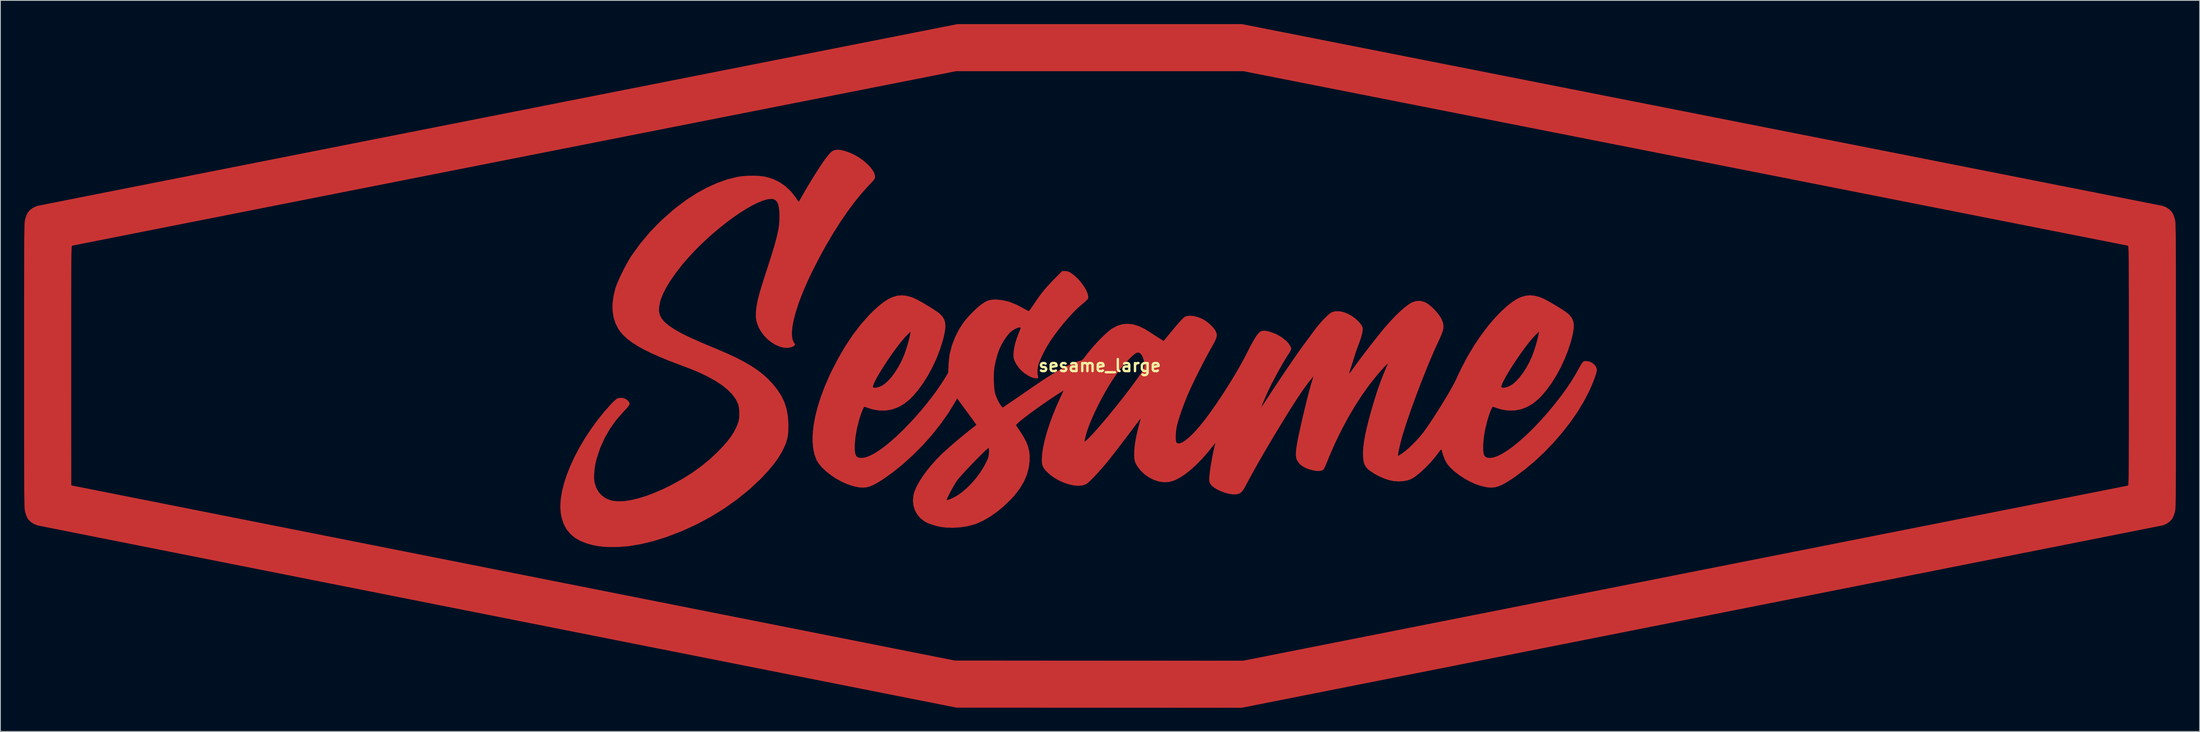
<source format=kicad_pcb>
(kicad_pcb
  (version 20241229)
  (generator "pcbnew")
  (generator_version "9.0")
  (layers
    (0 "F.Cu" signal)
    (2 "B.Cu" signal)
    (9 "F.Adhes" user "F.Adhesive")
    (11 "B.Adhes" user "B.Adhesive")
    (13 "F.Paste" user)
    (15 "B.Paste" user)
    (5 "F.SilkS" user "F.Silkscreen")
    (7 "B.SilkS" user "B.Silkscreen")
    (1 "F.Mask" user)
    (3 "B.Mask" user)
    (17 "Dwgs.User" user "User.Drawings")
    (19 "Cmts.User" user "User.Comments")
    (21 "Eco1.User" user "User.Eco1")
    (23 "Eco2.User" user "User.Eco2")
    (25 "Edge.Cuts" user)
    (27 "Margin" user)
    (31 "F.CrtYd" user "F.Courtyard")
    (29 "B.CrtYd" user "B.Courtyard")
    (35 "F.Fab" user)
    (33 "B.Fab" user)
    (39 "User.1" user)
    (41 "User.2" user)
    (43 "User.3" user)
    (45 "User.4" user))
  (footprint "sesame_large"
    (layer "F.Cu")
    (at 136.147 43.258)
    (property "Reference" "sesame_large" (at 0 0 0) (layer "F.SilkS") (effects (font (size 1.524 1.524) (thickness 0.3))))
    (attr through_hole)
    (fp_poly (pts (xy -32.789 -27.312) (xy -32.252 -27.182) (xy -31.619 -26.955) (xy -31.526 -26.917) (xy -30.964 -26.648) (xy -30.42 -26.322) (xy -29.912 -25.956) (xy -29.454 -25.563) (xy -29.064 -25.161) (xy -28.756 -24.763) (xy -28.546 -24.385) (xy -28.452 -24.043) (xy -28.448 -23.968) (xy -28.452 -23.841) (xy -28.476 -23.73) (xy -28.532 -23.614) (xy -28.638 -23.471) (xy -28.807 -23.279) (xy -29.054 -23.017) (xy -29.229 -22.836) (xy -30.108 -21.866) (xy -31.004 -20.766) (xy -31.911 -19.547) (xy -32.819 -18.222) (xy -33.721 -16.802) (xy -34.61 -15.3) (xy -35.476 -13.727) (xy -36.312 -12.096) (xy -36.4 -11.919) (xy -36.956 -10.745) (xy -37.448 -9.622) (xy -37.874 -8.557) (xy -38.233 -7.557) (xy -38.522 -6.629) (xy -38.741 -5.779) (xy -38.888 -5.013) (xy -38.96 -4.338) (xy -38.957 -3.762) (xy -38.877 -3.29) (xy -38.718 -2.929) (xy -38.632 -2.817) (xy -38.565 -2.685) (xy -38.623 -2.561) (xy -38.813 -2.438) (xy -39.014 -2.352) (xy -39.469 -2.253) (xy -39.969 -2.274) (xy -40.495 -2.405) (xy -41.029 -2.635) (xy -41.553 -2.954) (xy -42.049 -3.351) (xy -42.498 -3.816) (xy -42.883 -4.338) (xy -43.101 -4.724) (xy -43.323 -5.226) (xy -43.461 -5.691) (xy -43.525 -6.166) (xy -43.52 -6.699) (xy -43.485 -7.093) (xy -43.44 -7.448) (xy -43.385 -7.801) (xy -43.313 -8.168) (xy -43.221 -8.567) (xy -43.105 -9.013) (xy -42.96 -9.523) (xy -42.781 -10.115) (xy -42.565 -10.804) (xy -42.306 -11.607) (xy -42.2 -11.933) (xy -41.866 -12.967) (xy -41.577 -13.877) (xy -41.331 -14.677) (xy -41.125 -15.379) (xy -40.956 -15.998) (xy -40.821 -16.545) (xy -40.715 -17.034) (xy -40.637 -17.478) (xy -40.584 -17.891) (xy -40.551 -18.284) (xy -40.536 -18.672) (xy -40.534 -18.869) (xy -40.553 -19.539) (xy -40.615 -20.079) (xy -40.724 -20.496) (xy -40.883 -20.8) (xy -41.096 -20.998) (xy -41.369 -21.1) (xy -41.585 -21.118) (xy -42.066 -21.064) (xy -42.63 -20.905) (xy -43.265 -20.65) (xy -43.963 -20.307) (xy -44.712 -19.883) (xy -45.502 -19.385) (xy -46.323 -18.822) (xy -47.165 -18.201) (xy -48.017 -17.529) (xy -48.87 -16.815) (xy -49.712 -16.066) (xy -50.533 -15.29) (xy -51.324 -14.494) (xy -52.074 -13.687) (xy -52.772 -12.875) (xy -52.955 -12.65) (xy -53.718 -11.66) (xy -54.358 -10.741) (xy -54.878 -9.887) (xy -55.279 -9.097) (xy -55.564 -8.366) (xy -55.662 -8.026) (xy -55.775 -7.426) (xy -55.786 -6.898) (xy -55.686 -6.424) (xy -55.469 -5.987) (xy -55.127 -5.571) (xy -54.654 -5.158) (xy -54.326 -4.921) (xy -53.966 -4.683) (xy -53.582 -4.448) (xy -53.162 -4.21) (xy -52.694 -3.964) (xy -52.164 -3.704) (xy -51.559 -3.422) (xy -50.867 -3.113) (xy -50.074 -2.77) (xy -49.167 -2.388) (xy -48.405 -2.071) (xy -47.154 -1.534) (xy -46.034 -1.012) (xy -45.035 -0.495) (xy -44.144 0.024) (xy -43.349 0.553) (xy -42.638 1.101) (xy -42.001 1.674) (xy -41.424 2.281) (xy -40.897 2.93) (xy -40.799 3.061) (xy -40.297 3.838) (xy -39.913 4.643) (xy -39.641 5.496) (xy -39.475 6.416) (xy -39.409 7.425) (xy -39.408 7.648) (xy -39.424 8.294) (xy -39.478 8.843) (xy -39.576 9.336) (xy -39.727 9.819) (xy -39.843 10.115) (xy -40.208 10.88) (xy -40.674 11.657) (xy -41.248 12.456) (xy -41.939 13.288) (xy -42.753 14.164) (xy -42.996 14.41) (xy -44.391 15.71) (xy -45.902 16.936) (xy -47.515 18.079) (xy -49.215 19.131) (xy -50.988 20.082) (xy -52.821 20.925) (xy -54.7 21.651) (xy -54.973 21.746) (xy -56.554 22.234) (xy -58.064 22.6) (xy -59.509 22.844) (xy -60.896 22.967) (xy -62.229 22.971) (xy -62.858 22.929) (xy -63.505 22.854) (xy -64.097 22.742) (xy -64.714 22.579) (xy -64.915 22.517) (xy -65.73 22.2) (xy -66.43 21.796) (xy -67.015 21.302) (xy -67.488 20.718) (xy -67.851 20.039) (xy -68.104 19.266) (xy -68.22 18.651) (xy -68.272 17.814) (xy -68.215 16.898) (xy -68.054 15.916) (xy -67.793 14.877) (xy -67.438 13.794) (xy -66.993 12.676) (xy -66.464 11.535) (xy -65.855 10.381) (xy -65.173 9.226) (xy -64.421 8.081) (xy -63.605 6.957) (xy -62.729 5.864) (xy -61.919 4.943) (xy -61.659 4.673) (xy -61.411 4.436) (xy -61.202 4.258) (xy -61.059 4.164) (xy -61.056 4.163) (xy -60.666 4.074) (xy -60.271 4.117) (xy -59.907 4.285) (xy -59.69 4.47) (xy -59.573 4.616) (xy -59.515 4.753) (xy -59.527 4.901) (xy -59.614 5.079) (xy -59.787 5.304) (xy -60.053 5.597) (xy -60.289 5.842) (xy -61.184 6.86) (xy -61.98 7.974) (xy -62.665 9.166) (xy -63.229 10.418) (xy -63.663 11.711) (xy -63.732 11.968) (xy -63.862 12.57) (xy -63.952 13.19) (xy -63.998 13.79) (xy -63.997 14.333) (xy -63.948 14.781) (xy -63.942 14.809) (xy -63.742 15.452) (xy -63.43 16.006) (xy -63.015 16.463) (xy -62.505 16.817) (xy -61.908 17.057) (xy -61.616 17.126) (xy -60.959 17.192) (xy -60.206 17.163) (xy -59.367 17.04) (xy -58.452 16.828) (xy -57.471 16.528) (xy -56.435 16.144) (xy -55.355 15.677) (xy -54.32 15.173) (xy -52.907 14.402) (xy -51.617 13.597) (xy -50.427 12.743) (xy -49.316 11.825) (xy -48.395 10.961) (xy -47.707 10.249) (xy -47.133 9.59) (xy -46.661 8.967) (xy -46.278 8.361) (xy -45.973 7.756) (xy -45.749 7.185) (xy -45.66 6.796) (xy -45.616 6.323) (xy -45.618 5.818) (xy -45.663 5.332) (xy -45.753 4.919) (xy -45.778 4.844) (xy -46.071 4.241) (xy -46.506 3.645) (xy -47.08 3.06) (xy -47.79 2.487) (xy -48.634 1.93) (xy -49.608 1.391) (xy -49.752 1.318) (xy -50.168 1.113) (xy -50.56 0.929) (xy -50.952 0.754) (xy -51.371 0.578) (xy -51.842 0.39) (xy -52.391 0.178) (xy -53.044 -0.066) (xy -53.267 -0.149) (xy -54.576 -0.649) (xy -55.749 -1.131) (xy -56.791 -1.597) (xy -57.711 -2.053) (xy -58.513 -2.502) (xy -59.205 -2.948) (xy -59.794 -3.394) (xy -60.286 -3.845) (xy -60.688 -4.304) (xy -60.896 -4.598) (xy -61.27 -5.302) (xy -61.522 -6.08) (xy -61.655 -6.92) (xy -61.666 -7.813) (xy -61.554 -8.75) (xy -61.321 -9.72) (xy -61.247 -9.954) (xy -61.084 -10.394) (xy -60.858 -10.923) (xy -60.586 -11.509) (xy -60.284 -12.119) (xy -59.968 -12.72) (xy -59.655 -13.282) (xy -59.36 -13.77) (xy -59.261 -13.921) (xy -58.147 -15.466) (xy -56.906 -16.938) (xy -55.539 -18.338) (xy -54.047 -19.665) (xy -53.549 -20.07) (xy -52.275 -21.018) (xy -50.987 -21.848) (xy -49.694 -22.555) (xy -48.405 -23.136) (xy -47.131 -23.584) (xy -45.911 -23.89) (xy -45.244 -23.99) (xy -44.513 -24.045) (xy -43.765 -24.054) (xy -43.045 -24.017) (xy -42.399 -23.934) (xy -42.175 -23.889) (xy -41.315 -23.619) (xy -40.505 -23.219) (xy -39.758 -22.697) (xy -39.086 -22.061) (xy -38.502 -21.321) (xy -38.412 -21.185) (xy -38.271 -20.974) (xy -38.16 -20.821) (xy -38.101 -20.757) (xy -38.1 -20.757) (xy -38.053 -20.817) (xy -37.953 -20.979) (xy -37.814 -21.22) (xy -37.658 -21.5) (xy -37.406 -21.949) (xy -37.103 -22.468) (xy -36.764 -23.033) (xy -36.404 -23.622) (xy -36.038 -24.21) (xy -35.68 -24.774) (xy -35.345 -25.289) (xy -35.047 -25.734) (xy -34.803 -26.083) (xy -34.74 -26.167) (xy -34.503 -26.473) (xy -34.27 -26.752) (xy -34.069 -26.976) (xy -33.924 -27.112) (xy -33.921 -27.115) (xy -33.615 -27.277) (xy -33.241 -27.343) (xy -32.789 -27.312)) (stroke (width 0.01) (type solid)) (fill yes) (layer "F.Cu"))
    (fp_poly (pts (xy 76.063 -31.784) (xy 78.937 -31.217) (xy 81.777 -30.656) (xy 84.58 -30.103) (xy 87.341 -29.557) (xy 90.058 -29.021) (xy 92.728 -28.493) (xy 95.347 -27.976) (xy 97.911 -27.469) (xy 100.418 -26.974) (xy 102.864 -26.491) (xy 105.245 -26.021) (xy 107.558 -25.563) (xy 109.801 -25.12) (xy 111.968 -24.692) (xy 114.058 -24.279) (xy 116.067 -23.882) (xy 117.991 -23.502) (xy 119.827 -23.139) (xy 121.571 -22.794) (xy 123.221 -22.467) (xy 124.773 -22.16) (xy 126.223 -21.873) (xy 127.569 -21.607) (xy 128.806 -21.362) (xy 129.932 -21.139) (xy 130.943 -20.939) (xy 131.836 -20.762) (xy 132.606 -20.609) (xy 133.252 -20.481) (xy 133.77 -20.378) (xy 134.156 -20.301) (xy 134.406 -20.251) (xy 134.519 -20.228) (xy 134.524 -20.227) (xy 134.954 -20.065) (xy 135.357 -19.803) (xy 135.682 -19.477) (xy 135.747 -19.387) (xy 135.863 -19.167) (xy 135.982 -18.87) (xy 136.076 -18.566) (xy 136.091 -18.507) (xy 136.104 -18.441) (xy 136.117 -18.365) (xy 136.128 -18.271) (xy 136.139 -18.156) (xy 136.149 -18.012) (xy 136.157 -17.836) (xy 136.165 -17.621) (xy 136.173 -17.362) (xy 136.179 -17.053) (xy 136.185 -16.69) (xy 136.19 -16.265) (xy 136.194 -15.775) (xy 136.198 -15.213) (xy 136.202 -14.575) (xy 136.204 -13.854) (xy 136.207 -13.045) (xy 136.209 -12.143) (xy 136.21 -11.142) (xy 136.212 -10.037) (xy 136.212 -8.822) (xy 136.213 -7.491) (xy 136.214 -6.04) (xy 136.214 -4.463) (xy 136.214 -2.755) (xy 136.214 -0.909) (xy 136.214 0) (xy 136.214 1.912) (xy 136.214 3.684) (xy 136.214 5.322) (xy 136.213 6.831) (xy 136.213 8.216) (xy 136.212 9.484) (xy 136.211 10.64) (xy 136.209 11.689) (xy 136.208 12.637) (xy 136.206 13.488) (xy 136.203 14.25) (xy 136.2 14.926) (xy 136.196 15.523) (xy 136.192 16.045) (xy 136.187 16.5) (xy 136.182 16.891) (xy 136.176 17.225) (xy 136.169 17.506) (xy 136.161 17.741) (xy 136.153 17.935) (xy 136.143 18.093) (xy 136.133 18.22) (xy 136.122 18.323) (xy 136.11 18.407) (xy 136.097 18.477) (xy 136.083 18.539) (xy 136.076 18.566) (xy 135.979 18.876) (xy 135.86 19.172) (xy 135.747 19.387) (xy 135.451 19.723) (xy 135.062 20.005) (xy 134.634 20.197) (xy 134.524 20.227) (xy 134.434 20.246) (xy 134.206 20.292) (xy 133.842 20.364) (xy 133.346 20.463) (xy 132.721 20.588) (xy 131.97 20.737) (xy 131.097 20.911) (xy 130.105 21.108) (xy 128.998 21.328) (xy 127.779 21.57) (xy 126.451 21.834) (xy 125.018 22.118) (xy 123.482 22.423) (xy 121.848 22.747) (xy 120.119 23.09) (xy 118.298 23.451) (xy 116.388 23.83) (xy 114.393 24.225) (xy 112.317 24.637) (xy 110.162 25.064) (xy 107.932 25.507) (xy 105.63 25.963) (xy 103.26 26.433) (xy 100.825 26.915) (xy 98.328 27.41) (xy 95.773 27.916) (xy 93.163 28.433) (xy 90.502 28.961) (xy 87.792 29.498) (xy 85.038 30.043) (xy 82.242 30.597) (xy 79.408 31.158) (xy 76.54 31.727) (xy 76.066 31.821) (xy 17.983 43.325) (xy -0.062 43.319) (xy -18.107 43.313) (xy -76.055 31.823) (xy -78.926 31.253) (xy -81.762 30.691) (xy -84.561 30.136) (xy -87.32 29.589) (xy -90.034 29.05) (xy -92.701 28.521) (xy -95.316 28.002) (xy -97.878 27.494) (xy -100.382 26.997) (xy -102.825 26.513) (xy -105.203 26.041) (xy -107.514 25.582) (xy -109.753 25.138) (xy -111.918 24.708) (xy -114.005 24.294) (xy -116.011 23.895) (xy -117.933 23.514) (xy -119.766 23.15) (xy -121.508 22.804) (xy -123.155 22.477) (xy -124.704 22.169) (xy -126.151 21.881) (xy -127.494 21.615) (xy -128.728 21.369) (xy -129.851 21.146) (xy -130.859 20.945) (xy -131.749 20.768) (xy -132.516 20.615) (xy -133.159 20.487) (xy -133.673 20.384) (xy -134.056 20.308) (xy -134.303 20.258) (xy -134.411 20.236) (xy -134.415 20.235) (xy -134.873 20.066) (xy -135.29 19.799) (xy -135.62 19.464) (xy -135.674 19.387) (xy -135.79 19.167) (xy -135.909 18.87) (xy -136.003 18.566) (xy -136.018 18.507) (xy -136.032 18.441) (xy -136.044 18.365) (xy -136.056 18.271) (xy -136.066 18.156) (xy -136.076 18.012) (xy -136.085 17.836) (xy -136.093 17.621) (xy -136.1 17.362) (xy -136.106 17.053) (xy -136.112 16.69) (xy -136.117 16.265) (xy -136.122 15.775) (xy -136.126 15.213) (xy -136.129 14.575) (xy -136.132 13.854) (xy -136.134 13.045) (xy -136.136 12.143) (xy -136.138 11.142) (xy -136.139 10.037) (xy -136.14 8.822) (xy -136.141 7.491) (xy -136.141 6.04) (xy -136.141 4.463) (xy -136.141 2.755) (xy -136.142 0.909) (xy -136.142 0.005) (xy -130.193 0.005) (xy -130.193 1.477) (xy -130.193 2.911) (xy -130.192 4.299) (xy -130.192 5.634) (xy -130.191 6.911) (xy -130.19 8.121) (xy -130.189 9.259) (xy -130.188 10.318) (xy -130.187 11.291) (xy -130.186 12.171) (xy -130.184 12.951) (xy -130.183 13.625) (xy -130.181 14.187) (xy -130.18 14.629) (xy -130.178 14.944) (xy -130.176 15.126) (xy -130.175 15.172) (xy -130.103 15.186) (xy -129.893 15.228) (xy -129.547 15.297) (xy -129.069 15.392) (xy -128.462 15.512) (xy -127.729 15.657) (xy -126.875 15.827) (xy -125.902 16.02) (xy -124.814 16.236) (xy -123.614 16.474) (xy -122.306 16.733) (xy -120.893 17.014) (xy -119.378 17.314) (xy -117.766 17.634) (xy -116.058 17.973) (xy -114.259 18.33) (xy -112.373 18.704) (xy -110.401 19.095) (xy -108.349 19.502) (xy -106.219 19.925) (xy -104.014 20.362) (xy -101.739 20.813) (xy -99.396 21.278) (xy -96.988 21.755) (xy -94.521 22.245) (xy -91.995 22.746) (xy -89.416 23.257) (xy -86.787 23.779) (xy -84.11 24.31) (xy -81.39 24.849) (xy -78.629 25.397) (xy -75.831 25.952) (xy -74.241 26.267) (xy -18.324 37.358) (xy -0.081 37.366) (xy 18.163 37.374) (xy 74.087 26.304) (xy 76.905 25.746) (xy 79.688 25.195) (xy 82.434 24.651) (xy 85.137 24.116) (xy 87.796 23.59) (xy 90.406 23.073) (xy 92.964 22.566) (xy 95.468 22.071) (xy 97.912 21.586) (xy 100.295 21.114) (xy 102.612 20.656) (xy 104.86 20.21) (xy 107.036 19.779) (xy 109.136 19.363) (xy 111.157 18.962) (xy 113.096 18.578) (xy 114.949 18.211) (xy 116.713 17.861) (xy 118.383 17.53) (xy 119.958 17.218) (xy 121.433 16.926) (xy 122.805 16.653) (xy 124.071 16.402) (xy 125.227 16.173) (xy 126.27 15.966) (xy 127.196 15.782) (xy 128.002 15.622) (xy 128.685 15.486) (xy 129.241 15.376) (xy 129.666 15.291) (xy 129.958 15.232) (xy 130.113 15.201) (xy 130.139 15.196) (xy 130.153 15.186) (xy 130.167 15.163) (xy 130.179 15.12) (xy 130.19 15.051) (xy 130.201 14.952) (xy 130.21 14.816) (xy 130.218 14.636) (xy 130.226 14.409) (xy 130.233 14.127) (xy 130.238 13.785) (xy 130.244 13.377) (xy 130.248 12.897) (xy 130.252 12.34) (xy 130.255 11.7) (xy 130.258 10.971) (xy 130.26 10.146) (xy 130.262 9.222) (xy 130.263 8.191) (xy 130.264 7.047) (xy 130.265 5.786) (xy 130.265 4.401) (xy 130.266 2.887) (xy 130.266 1.237) (xy 130.266 0) (xy 130.266 -1.748) (xy 130.266 -3.356) (xy 130.265 -4.831) (xy 130.265 -6.178) (xy 130.264 -7.403) (xy 130.263 -8.512) (xy 130.261 -9.511) (xy 130.259 -10.405) (xy 130.257 -11.2) (xy 130.254 -11.902) (xy 130.251 -12.516) (xy 130.247 -13.049) (xy 130.242 -13.507) (xy 130.237 -13.894) (xy 130.231 -14.218) (xy 130.224 -14.483) (xy 130.216 -14.695) (xy 130.207 -14.861) (xy 130.198 -14.985) (xy 130.187 -15.075) (xy 130.176 -15.135) (xy 130.163 -15.171) (xy 130.149 -15.189) (xy 130.139 -15.195) (xy 130.062 -15.211) (xy 129.846 -15.254) (xy 129.494 -15.324) (xy 129.01 -15.42) (xy 128.398 -15.541) (xy 127.66 -15.688) (xy 126.8 -15.858) (xy 125.822 -16.051) (xy 124.728 -16.268) (xy 123.523 -16.506) (xy 122.21 -16.766) (xy 120.791 -17.046) (xy 119.272 -17.346) (xy 117.654 -17.666) (xy 115.941 -18.004) (xy 114.138 -18.361) (xy 112.246 -18.734) (xy 110.27 -19.124) (xy 108.213 -19.531) (xy 106.079 -19.952) (xy 103.87 -20.388) (xy 101.591 -20.838) (xy 99.244 -21.302) (xy 96.833 -21.778) (xy 94.362 -22.265) (xy 91.834 -22.764) (xy 89.252 -23.274) (xy 86.62 -23.794) (xy 83.941 -24.322) (xy 81.218 -24.86) (xy 78.455 -25.405) (xy 75.656 -25.957) (xy 74.087 -26.267) (xy 18.162 -37.302) (xy -18.161 -37.302) (xy -74.05 -26.267) (xy -76.868 -25.711) (xy -79.65 -25.161) (xy -82.394 -24.619) (xy -85.097 -24.086) (xy -87.755 -23.561) (xy -90.364 -23.045) (xy -92.922 -22.54) (xy -95.424 -22.046) (xy -97.868 -21.563) (xy -100.25 -21.093) (xy -102.566 -20.635) (xy -104.813 -20.191) (xy -106.988 -19.761) (xy -109.088 -19.347) (xy -111.108 -18.947) (xy -113.046 -18.564) (xy -114.897 -18.198) (xy -116.66 -17.85) (xy -118.33 -17.52) (xy -119.903 -17.209) (xy -121.377 -16.917) (xy -122.748 -16.646) (xy -124.012 -16.396) (xy -125.167 -16.167) (xy -126.209 -15.961) (xy -127.133 -15.778) (xy -127.938 -15.618) (xy -128.619 -15.483) (xy -129.174 -15.373) (xy -129.598 -15.289) (xy -129.888 -15.231) (xy -130.042 -15.2) (xy -130.066 -15.195) (xy -130.081 -15.186) (xy -130.094 -15.162) (xy -130.107 -15.119) (xy -130.118 -15.051) (xy -130.128 -14.952) (xy -130.137 -14.815) (xy -130.146 -14.636) (xy -130.153 -14.409) (xy -130.16 -14.127) (xy -130.166 -13.785) (xy -130.171 -13.377) (xy -130.175 -12.898) (xy -130.179 -12.341) (xy -130.182 -11.701) (xy -130.185 -10.971) (xy -130.187 -10.147) (xy -130.189 -9.223) (xy -130.191 -8.192) (xy -130.192 -7.049) (xy -130.192 -5.788) (xy -130.193 -4.403) (xy -130.193 -2.889) (xy -130.193 -1.239) (xy -130.193 0.005) (xy -136.142 0.005) (xy -136.142 0) (xy -136.141 -1.912) (xy -136.141 -3.684) (xy -136.141 -5.322) (xy -136.141 -6.831) (xy -136.14 -8.216) (xy -136.139 -9.484) (xy -136.138 -10.64) (xy -136.137 -11.689) (xy -136.135 -12.637) (xy -136.133 -13.488) (xy -136.13 -14.25) (xy -136.127 -14.926) (xy -136.124 -15.523) (xy -136.119 -16.045) (xy -136.115 -16.5) (xy -136.109 -16.891) (xy -136.103 -17.225) (xy -136.096 -17.506) (xy -136.089 -17.741) (xy -136.08 -17.935) (xy -136.071 -18.093) (xy -136.061 -18.22) (xy -136.05 -18.323) (xy -136.038 -18.407) (xy -136.024 -18.477) (xy -136.01 -18.539) (xy -136.003 -18.566) (xy -135.907 -18.876) (xy -135.788 -19.172) (xy -135.674 -19.387) (xy -135.378 -19.723) (xy -134.99 -20.005) (xy -134.561 -20.197) (xy -134.451 -20.227) (xy -134.362 -20.246) (xy -134.133 -20.291) (xy -133.769 -20.364) (xy -133.273 -20.463) (xy -132.648 -20.587) (xy -131.897 -20.736) (xy -131.024 -20.909) (xy -130.032 -21.106) (xy -128.925 -21.325) (xy -127.706 -21.567) (xy -126.378 -21.83) (xy -124.944 -22.113) (xy -123.409 -22.417) (xy -121.775 -22.741) (xy -120.046 -23.083) (xy -118.224 -23.443) (xy -116.315 -23.821) (xy -114.32 -24.215) (xy -112.243 -24.626) (xy -110.088 -25.052) (xy -107.858 -25.493) (xy -105.557 -25.948) (xy -103.186 -26.417) (xy -100.751 -26.898) (xy -98.255 -27.392) (xy -95.7 -27.897) (xy -93.09 -28.413) (xy -90.429 -28.939) (xy -87.72 -29.474) (xy -84.966 -30.018) (xy -82.17 -30.571) (xy -79.337 -31.13) (xy -76.469 -31.697) (xy -76.028 -31.784) (xy -17.98 -43.253) (xy 17.978 -43.253) (xy 76.063 -31.784)) (stroke (width 0.01) (type solid)) (fill yes) (layer "F.Cu"))
    (fp_poly (pts (xy -4.387 -11.975) (xy -4.096 -11.947) (xy -3.836 -11.849) (xy -3.675 -11.755) (xy -3.233 -11.43) (xy -2.801 -11.029) (xy -2.399 -10.579) (xy -2.046 -10.105) (xy -1.76 -9.632) (xy -1.56 -9.186) (xy -1.469 -8.81) (xy -1.457 -8.683) (xy -1.464 -8.576) (xy -1.505 -8.472) (xy -1.593 -8.354) (xy -1.743 -8.204) (xy -1.969 -8.003) (xy -2.287 -7.734) (xy -2.448 -7.599) (xy -2.914 -7.177) (xy -3.433 -6.652) (xy -3.985 -6.049) (xy -4.551 -5.39) (xy -5.11 -4.698) (xy -5.642 -3.998) (xy -6.128 -3.312) (xy -6.254 -3.124) (xy -6.561 -2.635) (xy -6.866 -2.103) (xy -7.153 -1.558) (xy -7.407 -1.031) (xy -7.615 -0.55) (xy -7.761 -0.146) (xy -7.801 -0.000052) (xy -7.885 0.54) (xy -7.875 1.063) (xy -7.799 1.433) (xy -7.78 1.533) (xy -7.826 1.581) (xy -7.97 1.596) (xy -8.075 1.597) (xy -8.325 1.567) (xy -8.62 1.472) (xy -8.983 1.306) (xy -9.573 0.932) (xy -10.095 0.447) (xy -10.521 -0.123) (xy -10.679 -0.411) (xy -10.805 -0.684) (xy -10.877 -0.902) (xy -10.909 -1.13) (xy -10.913 -1.43) (xy -10.912 -1.486) (xy -10.857 -2.079) (xy -10.715 -2.756) (xy -10.491 -3.491) (xy -10.244 -4.137) (xy -10.116 -4.447) (xy -10.042 -4.648) (xy -10.015 -4.766) (xy -10.031 -4.824) (xy -10.084 -4.847) (xy -10.094 -4.849) (xy -10.272 -4.828) (xy -10.523 -4.737) (xy -10.809 -4.593) (xy -11.091 -4.418) (xy -11.314 -4.243) (xy -11.572 -3.968) (xy -11.857 -3.595) (xy -12.145 -3.16) (xy -12.412 -2.7) (xy -12.635 -2.253) (xy -12.675 -2.161) (xy -12.938 -1.443) (xy -13.159 -0.647) (xy -13.322 0.159) (xy -13.358 0.408) (xy -13.395 0.809) (xy -13.412 1.286) (xy -13.411 1.802) (xy -13.393 2.32) (xy -13.359 2.802) (xy -13.311 3.212) (xy -13.253 3.501) (xy -13.123 3.887) (xy -12.948 4.298) (xy -12.751 4.684) (xy -12.555 4.998) (xy -12.485 5.089) (xy -12.29 5.323) (xy -10.88 4.363) (xy -10.371 4.015) (xy -9.8 3.624) (xy -9.213 3.221) (xy -8.655 2.836) (xy -8.171 2.502) (xy -8.164 2.497) (xy -7.243 1.874) (xy -6.36 1.306) (xy -5.526 0.8) (xy -4.75 0.36) (xy -4.044 -0.008) (xy -3.417 -0.297) (xy -2.88 -0.503) (xy -2.453 -0.618) (xy -2.301 -0.666) (xy -2.16 -0.765) (xy -1.999 -0.942) (xy -1.843 -1.146) (xy -1.429 -1.685) (xy -0.968 -2.239) (xy -0.481 -2.788) (xy 0.015 -3.313) (xy 0.498 -3.794) (xy 0.951 -4.209) (xy 1.353 -4.54) (xy 1.591 -4.709) (xy 2.226 -5.044) (xy 2.876 -5.24) (xy 3.546 -5.298) (xy 4.24 -5.216) (xy 4.96 -4.995) (xy 5.71 -4.633) (xy 6.284 -4.278) (xy 6.618 -4.055) (xy 7.006 -3.802) (xy 7.377 -3.565) (xy 7.468 -3.508) (xy 8.086 -3.12) (xy 8.234 -3.294) (xy 8.335 -3.416) (xy 8.505 -3.623) (xy 8.721 -3.887) (xy 8.962 -4.181) (xy 8.994 -4.22) (xy 9.501 -4.834) (xy 9.933 -5.338) (xy 10.287 -5.729) (xy 10.562 -6.007) (xy 10.756 -6.167) (xy 10.775 -6.179) (xy 11.078 -6.289) (xy 11.468 -6.317) (xy 11.918 -6.268) (xy 12.4 -6.147) (xy 12.884 -5.958) (xy 13.244 -5.768) (xy 13.593 -5.528) (xy 13.944 -5.234) (xy 14.264 -4.918) (xy 14.52 -4.614) (xy 14.662 -4.386) (xy 14.753 -4.173) (xy 14.804 -3.976) (xy 14.809 -3.774) (xy 14.761 -3.545) (xy 14.656 -3.269) (xy 14.489 -2.924) (xy 14.252 -2.491) (xy 14.074 -2.177) (xy 13.73 -1.561) (xy 13.355 -0.863) (xy 12.961 -0.11) (xy 12.563 0.672) (xy 12.175 1.454) (xy 11.809 2.211) (xy 11.478 2.915) (xy 11.198 3.54) (xy 11.036 3.919) (xy 10.683 4.807) (xy 10.36 5.686) (xy 10.08 6.52) (xy 9.854 7.274) (xy 9.791 7.511) (xy 9.712 7.887) (xy 9.655 8.297) (xy 9.621 8.71) (xy 9.612 9.095) (xy 9.628 9.421) (xy 9.671 9.657) (xy 9.715 9.75) (xy 9.892 9.858) (xy 10.139 9.847) (xy 10.448 9.724) (xy 10.814 9.493) (xy 11.231 9.159) (xy 11.691 8.728) (xy 12.188 8.205) (xy 12.717 7.596) (xy 13.27 6.906) (xy 13.472 6.64) (xy 14.081 5.809) (xy 14.413 5.334) (xy 20.393 5.334) (xy 20.429 5.37) (xy 20.465 5.334) (xy 20.429 5.298) (xy 20.393 5.334) (xy 14.413 5.334) (xy 14.716 4.902) (xy 15.361 3.941) (xy 16.004 2.952) (xy 16.627 1.956) (xy 17.218 0.979) (xy 17.76 0.044) (xy 18.239 -0.827) (xy 18.635 -1.597) (xy 19.039 -2.395) (xy 19.4 -3.058) (xy 19.718 -3.586) (xy 19.992 -3.977) (xy 20.221 -4.231) (xy 20.394 -4.344) (xy 20.651 -4.408) (xy 20.919 -4.416) (xy 21.239 -4.363) (xy 21.626 -4.256) (xy 22.349 -3.979) (xy 22.992 -3.614) (xy 23.607 -3.133) (xy 23.614 -3.126) (xy 23.806 -2.922) (xy 23.991 -2.673) (xy 24.14 -2.423) (xy 24.227 -2.213) (xy 24.239 -2.136) (xy 24.199 -2.009) (xy 24.094 -1.799) (xy 23.941 -1.543) (xy 23.85 -1.406) (xy 23.637 -1.075) (xy 23.373 -0.64) (xy 23.075 -0.128) (xy 22.757 0.433) (xy 22.434 1.018) (xy 22.122 1.599) (xy 21.834 2.149) (xy 21.585 2.643) (xy 21.512 2.794) (xy 21.314 3.216) (xy 21.118 3.644) (xy 20.934 4.059) (xy 20.77 4.439) (xy 20.636 4.764) (xy 20.54 5.012) (xy 20.491 5.164) (xy 20.488 5.2) (xy 20.534 5.151) (xy 20.643 5.001) (xy 20.8 4.769) (xy 20.993 4.477) (xy 21.084 4.336) (xy 21.462 3.752) (xy 21.883 3.109) (xy 22.336 2.424) (xy 22.809 1.716) (xy 23.289 1.002) (xy 23.765 0.299) (xy 24.224 -0.374) (xy 24.655 -1) (xy 25.046 -1.562) (xy 25.384 -2.041) (xy 25.658 -2.42) (xy 25.71 -2.491) (xy 26.026 -2.915) (xy 26.354 -3.36) (xy 26.671 -3.789) (xy 26.949 -4.168) (xy 27.142 -4.432) (xy 27.459 -4.848) (xy 27.807 -5.269) (xy 28.168 -5.675) (xy 28.52 -6.046) (xy 28.846 -6.36) (xy 29.126 -6.599) (xy 29.34 -6.742) (xy 29.347 -6.745) (xy 29.772 -6.874) (xy 30.256 -6.889) (xy 30.779 -6.797) (xy 31.319 -6.604) (xy 31.855 -6.319) (xy 32.366 -5.946) (xy 32.628 -5.707) (xy 32.938 -5.382) (xy 33.144 -5.107) (xy 33.256 -4.849) (xy 33.287 -4.571) (xy 33.249 -4.239) (xy 33.2 -4.011) (xy 33.108 -3.674) (xy 32.98 -3.277) (xy 32.84 -2.89) (xy 32.8 -2.789) (xy 32.681 -2.477) (xy 32.536 -2.071) (xy 32.382 -1.617) (xy 32.234 -1.161) (xy 32.187 -1.011) (xy 32.057 -0.592) (xy 31.929 -0.186) (xy 31.814 0.17) (xy 31.725 0.441) (xy 31.695 0.528) (xy 31.623 0.753) (xy 31.583 0.919) (xy 31.583 0.982) (xy 31.637 0.943) (xy 31.753 0.807) (xy 31.91 0.6) (xy 32.011 0.459) (xy 32.369 -0.04) (xy 32.791 -0.615) (xy 33.26 -1.241) (xy 33.758 -1.896) (xy 34.268 -2.557) (xy 34.772 -3.202) (xy 35.252 -3.806) (xy 35.69 -4.348) (xy 36.069 -4.805) (xy 36.207 -4.967) (xy 36.83 -5.666) (xy 37.433 -6.298) (xy 38.006 -6.853) (xy 38.538 -7.32) (xy 39.016 -7.69) (xy 39.43 -7.952) (xy 39.556 -8.015) (xy 40.06 -8.179) (xy 40.564 -8.197) (xy 41.072 -8.071) (xy 41.275 -7.98) (xy 41.597 -7.777) (xy 41.96 -7.481) (xy 42.333 -7.122) (xy 42.686 -6.735) (xy 42.988 -6.349) (xy 43.208 -5.999) (xy 43.239 -5.935) (xy 43.382 -5.601) (xy 43.473 -5.3) (xy 43.509 -5.006) (xy 43.487 -4.697) (xy 43.403 -4.349) (xy 43.255 -3.938) (xy 43.039 -3.441) (xy 42.859 -3.055) (xy 42.47 -2.212) (xy 42.051 -1.254) (xy 41.61 -0.205) (xy 41.157 0.911) (xy 40.7 2.071) (xy 40.248 3.251) (xy 39.81 4.428) (xy 39.396 5.578) (xy 39.014 6.677) (xy 38.673 7.702) (xy 38.382 8.629) (xy 38.281 8.97) (xy 38.17 9.37) (xy 38.062 9.792) (xy 37.962 10.213) (xy 37.874 10.607) (xy 37.806 10.951) (xy 37.761 11.219) (xy 37.744 11.388) (xy 37.752 11.433) (xy 37.818 11.406) (xy 37.974 11.314) (xy 38.192 11.175) (xy 38.282 11.116) (xy 38.676 10.822) (xy 39.125 10.436) (xy 39.6 9.987) (xy 40.074 9.501) (xy 40.518 9.007) (xy 40.906 8.532) (xy 40.964 8.455) (xy 41.304 7.984) (xy 41.685 7.432) (xy 42.095 6.818) (xy 42.522 6.161) (xy 42.955 5.478) (xy 43.382 4.79) (xy 43.791 4.115) (xy 44.172 3.472) (xy 44.512 2.879) (xy 44.592 2.732) (xy 50.83 2.732) (xy 50.928 2.798) (xy 51.124 2.808) (xy 51.386 2.766) (xy 51.681 2.676) (xy 51.87 2.597) (xy 52.283 2.342) (xy 52.716 1.962) (xy 53.156 1.475) (xy 53.59 0.898) (xy 54.005 0.248) (xy 54.388 -0.458) (xy 54.682 -1.096) (xy 54.846 -1.517) (xy 55.019 -2.016) (xy 55.188 -2.55) (xy 55.34 -3.079) (xy 55.463 -3.561) (xy 55.546 -3.955) (xy 55.552 -3.991) (xy 55.604 -4.318) (xy 55.158 -3.883) (xy 54.857 -3.567) (xy 54.52 -3.174) (xy 54.153 -2.716) (xy 53.768 -2.209) (xy 53.372 -1.665) (xy 52.975 -1.099) (xy 52.586 -0.524) (xy 52.213 0.046) (xy 51.866 0.597) (xy 51.554 1.116) (xy 51.286 1.588) (xy 51.071 2) (xy 50.917 2.337) (xy 50.834 2.587) (xy 50.83 2.732) (xy 44.592 2.732) (xy 44.799 2.356) (xy 45.023 1.922) (xy 45.126 1.7) (xy 45.819 0.229) (xy 46.581 -1.199) (xy 47.401 -2.564) (xy 48.266 -3.851) (xy 49.167 -5.041) (xy 50.09 -6.117) (xy 50.81 -6.858) (xy 51.507 -7.499) (xy 52.152 -8.015) (xy 52.757 -8.409) (xy 53.333 -8.686) (xy 53.895 -8.849) (xy 54.454 -8.903) (xy 55.022 -8.852) (xy 55.613 -8.7) (xy 56.004 -8.552) (xy 56.287 -8.421) (xy 56.649 -8.231) (xy 57.066 -7.998) (xy 57.512 -7.738) (xy 57.962 -7.465) (xy 58.392 -7.195) (xy 58.777 -6.944) (xy 59.09 -6.725) (xy 59.308 -6.555) (xy 59.351 -6.516) (xy 59.622 -6.215) (xy 59.82 -5.899) (xy 59.944 -5.55) (xy 59.998 -5.151) (xy 59.982 -4.684) (xy 59.898 -4.131) (xy 59.748 -3.475) (xy 59.643 -3.084) (xy 59.294 -1.988) (xy 58.864 -0.891) (xy 58.364 0.185) (xy 57.807 1.217) (xy 57.206 2.183) (xy 56.572 3.063) (xy 55.918 3.833) (xy 55.492 4.26) (xy 54.796 4.823) (xy 54.059 5.248) (xy 53.288 5.534) (xy 52.49 5.681) (xy 51.67 5.685) (xy 50.834 5.547) (xy 50.356 5.405) (xy 50.093 5.315) (xy 49.882 5.245) (xy 49.762 5.207) (xy 49.753 5.205) (xy 49.688 5.26) (xy 49.593 5.435) (xy 49.475 5.709) (xy 49.343 6.061) (xy 49.205 6.47) (xy 49.069 6.917) (xy 49.059 6.95) (xy 48.8 7.98) (xy 48.624 8.973) (xy 48.535 9.898) (xy 48.525 10.233) (xy 48.535 10.741) (xy 48.585 11.123) (xy 48.684 11.393) (xy 48.84 11.569) (xy 49.064 11.664) (xy 49.365 11.695) (xy 49.415 11.695) (xy 49.854 11.632) (xy 50.363 11.454) (xy 50.936 11.167) (xy 51.563 10.778) (xy 52.238 10.294) (xy 52.953 9.722) (xy 53.699 9.068) (xy 54.47 8.34) (xy 55.257 7.544) (xy 56.053 6.686) (xy 56.85 5.774) (xy 57.64 4.815) (xy 58.416 3.815) (xy 58.419 3.81) (xy 59.096 2.878) (xy 59.691 1.99) (xy 60.233 1.097) (xy 60.543 0.544) (xy 60.766 0.14) (xy 60.936 -0.153) (xy 61.07 -0.354) (xy 61.182 -0.479) (xy 61.29 -0.547) (xy 61.409 -0.574) (xy 61.555 -0.579) (xy 61.559 -0.579) (xy 61.943 -0.521) (xy 62.297 -0.366) (xy 62.595 -0.137) (xy 62.81 0.145) (xy 62.914 0.456) (xy 62.919 0.546) (xy 62.888 0.764) (xy 62.8 1.09) (xy 62.662 1.502) (xy 62.484 1.978) (xy 62.273 2.495) (xy 62.036 3.031) (xy 61.922 3.277) (xy 61.244 4.581) (xy 60.439 5.9) (xy 59.523 7.217) (xy 58.509 8.513) (xy 57.415 9.774) (xy 56.254 10.98) (xy 55.042 12.115) (xy 53.793 13.163) (xy 52.524 14.106) (xy 52.106 14.389) (xy 51.491 14.779) (xy 50.955 15.074) (xy 50.474 15.281) (xy 50.023 15.403) (xy 49.575 15.447) (xy 49.105 15.417) (xy 48.588 15.318) (xy 48.151 15.202) (xy 47.499 14.973) (xy 46.83 14.666) (xy 46.165 14.296) (xy 45.531 13.881) (xy 44.951 13.438) (xy 44.45 12.982) (xy 44.052 12.531) (xy 43.877 12.277) (xy 43.676 11.886) (xy 43.488 11.412) (xy 43.338 10.918) (xy 43.291 10.721) (xy 43.269 10.646) (xy 43.234 10.622) (xy 43.17 10.662) (xy 43.063 10.781) (xy 42.899 10.991) (xy 42.691 11.266) (xy 42.259 11.809) (xy 41.782 12.351) (xy 41.281 12.871) (xy 40.776 13.351) (xy 40.289 13.769) (xy 39.841 14.107) (xy 39.451 14.345) (xy 39.441 14.35) (xy 38.971 14.525) (xy 38.414 14.629) (xy 37.808 14.66) (xy 37.195 14.617) (xy 36.653 14.507) (xy 36.141 14.34) (xy 35.615 14.124) (xy 35.101 13.873) (xy 34.626 13.603) (xy 34.216 13.328) (xy 33.898 13.063) (xy 33.725 12.865) (xy 33.568 12.615) (xy 33.462 12.373) (xy 33.393 12.098) (xy 33.35 11.748) (xy 33.331 11.466) (xy 33.325 10.917) (xy 33.365 10.301) (xy 33.454 9.608) (xy 33.592 8.827) (xy 33.783 7.949) (xy 34.027 6.961) (xy 34.328 5.855) (xy 34.445 5.443) (xy 34.741 4.439) (xy 35.021 3.542) (xy 35.298 2.717) (xy 35.584 1.927) (xy 35.892 1.138) (xy 36.234 0.313) (xy 36.241 0.295) (xy 36.502 -0.318) (xy 36.204 -0.032) (xy 36.055 0.121) (xy 35.837 0.359) (xy 35.572 0.657) (xy 35.283 0.989) (xy 35.094 1.209) (xy 34.141 2.404) (xy 33.198 3.723) (xy 32.278 5.146) (xy 31.392 6.655) (xy 30.552 8.227) (xy 29.769 9.844) (xy 29.056 11.485) (xy 28.875 11.934) (xy 28.721 12.312) (xy 28.576 12.65) (xy 28.452 12.921) (xy 28.361 13.098) (xy 28.328 13.148) (xy 28.123 13.274) (xy 27.82 13.332) (xy 27.446 13.328) (xy 27.027 13.266) (xy 26.591 13.155) (xy 26.163 12.998) (xy 25.771 12.803) (xy 25.441 12.575) (xy 25.333 12.477) (xy 25.144 12.247) (xy 24.978 11.978) (xy 24.943 11.906) (xy 24.876 11.705) (xy 24.838 11.458) (xy 24.829 11.154) (xy 24.851 10.78) (xy 24.905 10.326) (xy 24.993 9.781) (xy 25.117 9.132) (xy 25.277 8.368) (xy 25.475 7.479) (xy 25.518 7.293) (xy 25.729 6.384) (xy 25.939 5.503) (xy 26.143 4.669) (xy 26.336 3.9) (xy 26.514 3.213) (xy 26.673 2.627) (xy 26.808 2.159) (xy 26.847 2.032) (xy 27.062 1.343) (xy 26.877 1.56) (xy 26.501 2.023) (xy 26.099 2.553) (xy 25.665 3.16) (xy 25.192 3.855) (xy 24.673 4.648) (xy 24.101 5.548) (xy 23.47 6.566) (xy 23.402 6.677) (xy 22.641 7.925) (xy 21.949 9.071) (xy 21.315 10.135) (xy 20.73 11.134) (xy 20.181 12.089) (xy 19.657 13.018) (xy 19.149 13.94) (xy 18.644 14.874) (xy 18.475 15.191) (xy 18.253 15.589) (xy 18.062 15.874) (xy 17.879 16.067) (xy 17.678 16.189) (xy 17.436 16.263) (xy 17.214 16.298) (xy 16.815 16.3) (xy 16.348 16.227) (xy 15.847 16.092) (xy 15.346 15.906) (xy 14.876 15.684) (xy 14.471 15.437) (xy 14.163 15.18) (xy 14.067 15.066) (xy 13.943 14.868) (xy 13.881 14.674) (xy 13.862 14.415) (xy 13.861 14.345) (xy 13.876 14.061) (xy 13.917 13.663) (xy 13.98 13.182) (xy 14.061 12.645) (xy 14.155 12.081) (xy 14.258 11.518) (xy 14.364 10.987) (xy 14.435 10.668) (xy 14.643 9.761) (xy 14.452 10.011) (xy 13.69 10.962) (xy 12.932 11.821) (xy 12.186 12.583) (xy 11.458 13.24) (xy 10.756 13.788) (xy 10.086 14.221) (xy 9.457 14.532) (xy 8.874 14.715) (xy 8.792 14.731) (xy 8.176 14.771) (xy 7.536 14.685) (xy 6.896 14.484) (xy 6.279 14.18) (xy 5.705 13.786) (xy 5.198 13.313) (xy 4.779 12.773) (xy 4.634 12.528) (xy 4.523 12.308) (xy 4.451 12.119) (xy 4.407 11.913) (xy 4.381 11.646) (xy 4.366 11.331) (xy 4.377 10.677) (xy 4.456 9.924) (xy 4.605 9.063) (xy 4.825 8.089) (xy 5.073 7.149) (xy 5.145 6.89) (xy 5.177 6.752) (xy 5.17 6.715) (xy 5.123 6.759) (xy 5.072 6.823) (xy 4.996 6.921) (xy 4.844 7.121) (xy 4.626 7.409) (xy 4.353 7.769) (xy 4.037 8.187) (xy 3.688 8.649) (xy 3.342 9.108) (xy 2.938 9.642) (xy 2.524 10.184) (xy 2.119 10.711) (xy 1.739 11.202) (xy 1.401 11.633) (xy 1.123 11.985) (xy 0.985 12.156) (xy 0.587 12.632) (xy 0.178 13.104) (xy -0.229 13.558) (xy -0.619 13.978) (xy -0.978 14.348) (xy -1.291 14.654) (xy -1.543 14.88) (xy -1.72 15.011) (xy -1.739 15.021) (xy -2.171 15.166) (xy -2.683 15.214) (xy -3.254 15.171) (xy -3.862 15.044) (xy -4.488 14.84) (xy -5.109 14.566) (xy -5.706 14.229) (xy -6.257 13.836) (xy -6.741 13.393) (xy -6.772 13.361) (xy -7.044 13.037) (xy -7.213 12.738) (xy -7.302 12.41) (xy -7.329 12.001) (xy -7.33 11.948) (xy -7.288 11.225) (xy -7.167 10.399) (xy -7.006 9.647) (xy -1.939 9.647) (xy -1.725 9.495) (xy -1.608 9.393) (xy -1.414 9.203) (xy -1.165 8.945) (xy -0.879 8.642) (xy -0.615 8.354) (xy -0.149 7.831) (xy 0.347 7.257) (xy 0.864 6.644) (xy 1.395 6.003) (xy 1.929 5.346) (xy 2.459 4.682) (xy 2.977 4.024) (xy 3.472 3.383) (xy 3.938 2.769) (xy 4.364 2.195) (xy 4.743 1.671) (xy 5.067 1.208) (xy 5.325 0.818) (xy 5.511 0.511) (xy 5.614 0.299) (xy 5.631 0.242) (xy 5.657 -0.121) (xy 5.617 -0.511) (xy 5.521 -0.892) (xy 5.382 -1.228) (xy 5.209 -1.481) (xy 5.075 -1.589) (xy 4.918 -1.652) (xy 4.76 -1.655) (xy 4.583 -1.588) (xy 4.369 -1.442) (xy 4.1 -1.207) (xy 3.758 -0.871) (xy 3.701 -0.813) (xy 3.131 -0.201) (xy 2.6 0.435) (xy 2.084 1.125) (xy 1.56 1.903) (xy 1.215 2.449) (xy 0.738 3.251) (xy 0.276 4.085) (xy -0.165 4.93) (xy -0.574 5.77) (xy -0.944 6.584) (xy -1.267 7.355) (xy -1.533 8.064) (xy -1.735 8.693) (xy -1.864 9.222) (xy -1.872 9.269) (xy -1.939 9.647) (xy -7.006 9.647) (xy -6.971 9.485) (xy -6.704 8.497) (xy -6.37 7.452) (xy -5.975 6.363) (xy -5.522 5.247) (xy -5.016 4.117) (xy -4.979 4.037) (xy -4.828 3.715) (xy -4.702 3.444) (xy -4.613 3.248) (xy -4.573 3.154) (xy -4.572 3.149) (xy -4.629 3.178) (xy -4.787 3.273) (xy -5.024 3.422) (xy -5.321 3.612) (xy -5.497 3.726) (xy -6.084 4.114) (xy -6.69 4.525) (xy -7.301 4.949) (xy -7.901 5.373) (xy -8.473 5.787) (xy -9.003 6.178) (xy -9.474 6.535) (xy -9.87 6.847) (xy -10.175 7.102) (xy -10.369 7.282) (xy -10.614 7.537) (xy -10.089 8.312) (xy -9.652 9) (xy -9.32 9.627) (xy -9.086 10.217) (xy -8.939 10.799) (xy -8.873 11.398) (xy -8.875 12.009) (xy -8.985 12.924) (xy -9.223 13.811) (xy -9.592 14.676) (xy -10.097 15.528) (xy -10.741 16.373) (xy -11.277 16.964) (xy -12.122 17.78) (xy -12.994 18.503) (xy -13.876 19.123) (xy -14.753 19.629) (xy -15.61 20.012) (xy -15.953 20.131) (xy -16.787 20.342) (xy -17.682 20.477) (xy -18.593 20.533) (xy -19.474 20.506) (xy -20.127 20.422) (xy -20.65 20.307) (xy -21.175 20.154) (xy -21.657 19.98) (xy -22.049 19.799) (xy -22.116 19.761) (xy -22.645 19.371) (xy -23.068 18.894) (xy -23.379 18.345) (xy -23.571 17.742) (xy -23.64 17.101) (xy -23.631 17.005) (xy -19.376 17.005) (xy -19.332 17.035) (xy -19.193 17.006) (xy -18.947 16.916) (xy -18.615 16.775) (xy -18.037 16.463) (xy -17.432 16.034) (xy -16.819 15.507) (xy -16.219 14.903) (xy -15.649 14.242) (xy -15.13 13.544) (xy -14.681 12.829) (xy -14.464 12.424) (xy -14.288 12.065) (xy -14.169 11.794) (xy -14.094 11.574) (xy -14.051 11.364) (xy -14.027 11.127) (xy -14.022 11.037) (xy -14.014 10.74) (xy -14.027 10.527) (xy -14.059 10.427) (xy -14.061 10.425) (xy -14.133 10.461) (xy -14.29 10.59) (xy -14.519 10.799) (xy -14.807 11.075) (xy -15.14 11.405) (xy -15.507 11.773) (xy -15.893 12.168) (xy -16.286 12.576) (xy -16.672 12.984) (xy -17.039 13.377) (xy -17.374 13.742) (xy -17.663 14.066) (xy -17.893 14.336) (xy -18.052 14.538) (xy -18.062 14.552) (xy -18.219 14.789) (xy -18.405 15.094) (xy -18.606 15.443) (xy -18.809 15.81) (xy -18.999 16.169) (xy -19.165 16.495) (xy -19.291 16.763) (xy -19.364 16.946) (xy -19.376 17.005) (xy -23.631 17.005) (xy -23.579 16.44) (xy -23.449 15.954) (xy -23.204 15.37) (xy -22.854 14.724) (xy -22.413 14.035) (xy -21.896 13.322) (xy -21.317 12.605) (xy -20.691 11.904) (xy -20.033 11.238) (xy -19.801 11.02) (xy -18.893 10.205) (xy -17.921 9.369) (xy -16.947 8.566) (xy -16.482 8.196) (xy -15.611 7.511) (xy -15.726 7.33) (xy -15.81 7.208) (xy -15.961 6.996) (xy -16.162 6.719) (xy -16.393 6.402) (xy -16.503 6.254) (xy -16.78 5.878) (xy -17.072 5.483) (xy -17.346 5.11) (xy -17.571 4.803) (xy -17.606 4.755) (xy -18.05 4.151) (xy -18.363 4.702) (xy -19.201 6.061) (xy -20.164 7.42) (xy -21.231 8.758) (xy -22.385 10.055) (xy -23.606 11.29) (xy -24.874 12.442) (xy -26.17 13.491) (xy -27.432 14.389) (xy -28.047 14.779) (xy -28.583 15.074) (xy -29.064 15.281) (xy -29.515 15.403) (xy -29.963 15.447) (xy -30.433 15.417) (xy -30.95 15.318) (xy -31.388 15.202) (xy -32.063 14.965) (xy -32.747 14.649) (xy -33.418 14.271) (xy -34.054 13.845) (xy -34.635 13.387) (xy -35.139 12.912) (xy -35.545 12.437) (xy -35.83 11.977) (xy -35.834 11.97) (xy -36.101 11.262) (xy -36.271 10.455) (xy -36.344 9.558) (xy -36.322 8.578) (xy -36.206 7.523) (xy -35.997 6.399) (xy -35.697 5.216) (xy -35.307 3.98) (xy -34.84 2.732) (xy -28.708 2.732) (xy -28.611 2.798) (xy -28.415 2.808) (xy -28.153 2.766) (xy -27.857 2.676) (xy -27.669 2.597) (xy -27.256 2.342) (xy -26.823 1.962) (xy -26.382 1.475) (xy -25.948 0.898) (xy -25.533 0.248) (xy -25.15 -0.458) (xy -24.856 -1.096) (xy -24.692 -1.517) (xy -24.519 -2.016) (xy -24.351 -2.55) (xy -24.198 -3.079) (xy -24.075 -3.561) (xy -23.993 -3.955) (xy -23.987 -3.991) (xy -23.935 -4.318) (xy -24.38 -3.883) (xy -24.681 -3.567) (xy -25.019 -3.174) (xy -25.385 -2.716) (xy -25.77 -2.209) (xy -26.166 -1.665) (xy -26.563 -1.099) (xy -26.953 -0.524) (xy -27.325 0.046) (xy -27.672 0.597) (xy -27.984 1.116) (xy -28.252 1.588) (xy -28.468 2) (xy -28.621 2.337) (xy -28.704 2.587) (xy -28.708 2.732) (xy -34.84 2.732) (xy -34.827 2.699) (xy -34.261 1.382) (xy -33.969 0.762) (xy -33.108 -0.912) (xy -32.2 -2.466) (xy -31.247 -3.895) (xy -30.253 -5.195) (xy -29.222 -6.361) (xy -28.729 -6.858) (xy -28.031 -7.499) (xy -27.386 -8.015) (xy -26.782 -8.409) (xy -26.205 -8.686) (xy -25.643 -8.849) (xy -25.085 -8.903) (xy -24.516 -8.852) (xy -23.926 -8.7) (xy -23.534 -8.552) (xy -23.251 -8.421) (xy -22.889 -8.231) (xy -22.473 -7.998) (xy -22.026 -7.738) (xy -21.576 -7.465) (xy -21.146 -7.195) (xy -20.762 -6.944) (xy -20.448 -6.725) (xy -20.23 -6.555) (xy -20.187 -6.516) (xy -19.916 -6.215) (xy -19.719 -5.899) (xy -19.594 -5.55) (xy -19.54 -5.151) (xy -19.556 -4.684) (xy -19.64 -4.131) (xy -19.791 -3.475) (xy -19.896 -3.084) (xy -20.244 -1.988) (xy -20.674 -0.891) (xy -21.174 0.185) (xy -21.731 1.217) (xy -22.333 2.183) (xy -22.967 3.063) (xy -23.621 3.833) (xy -24.046 4.26) (xy -24.743 4.823) (xy -25.479 5.248) (xy -26.25 5.534) (xy -27.048 5.681) (xy -27.869 5.685) (xy -28.705 5.547) (xy -29.183 5.405) (xy -29.445 5.315) (xy -29.656 5.245) (xy -29.776 5.207) (xy -29.786 5.205) (xy -29.85 5.26) (xy -29.945 5.435) (xy -30.063 5.709) (xy -30.195 6.061) (xy -30.333 6.47) (xy -30.47 6.917) (xy -30.479 6.95) (xy -30.738 7.98) (xy -30.914 8.973) (xy -31.004 9.898) (xy -31.014 10.233) (xy -31.003 10.741) (xy -30.953 11.123) (xy -30.854 11.393) (xy -30.698 11.569) (xy -30.474 11.664) (xy -30.173 11.695) (xy -30.123 11.695) (xy -29.68 11.632) (xy -29.164 11.451) (xy -28.58 11.156) (xy -27.935 10.752) (xy -27.233 10.243) (xy -26.482 9.632) (xy -25.687 8.923) (xy -24.854 8.122) (xy -24.527 7.791) (xy -23.525 6.729) (xy -22.557 5.624) (xy -21.64 4.5) (xy -20.796 3.383) (xy -20.043 2.296) (xy -19.577 1.56) (xy -19.181 0.907) (xy -19.134 -0.036) (xy -19.107 -0.455) (xy -19.067 -0.881) (xy -19.021 -1.261) (xy -18.978 -1.524) (xy -18.699 -2.583) (xy -18.294 -3.634) (xy -17.778 -4.64) (xy -17.296 -5.388) (xy -16.965 -5.813) (xy -16.553 -6.283) (xy -16.095 -6.76) (xy -15.628 -7.209) (xy -15.186 -7.593) (xy -14.986 -7.749) (xy -14.564 -8.035) (xy -14.181 -8.223) (xy -13.788 -8.328) (xy -13.336 -8.367) (xy -13.099 -8.368) (xy -12.272 -8.285) (xy -11.409 -8.065) (xy -10.514 -7.709) (xy -9.601 -7.225) (xy -9.344 -7.078) (xy -9.131 -6.969) (xy -8.994 -6.913) (xy -8.965 -6.909) (xy -8.903 -6.974) (xy -8.777 -7.14) (xy -8.602 -7.384) (xy -8.395 -7.686) (xy -8.269 -7.874) (xy -7.85 -8.492) (xy -7.461 -9.03) (xy -7.072 -9.523) (xy -6.655 -10.008) (xy -6.179 -10.522) (xy -5.738 -10.977) (xy -4.753 -11.975) (xy -4.387 -11.975)) (stroke (width 0.01) (type solid)) (fill yes) (layer "F.Cu")))
  (gr_rect
    (start -3 -3)
    (end 275.366 89.588)
    (stroke (width 0.1) (type default))
    (fill no)
    (layer "Edge.Cuts")))
</source>
